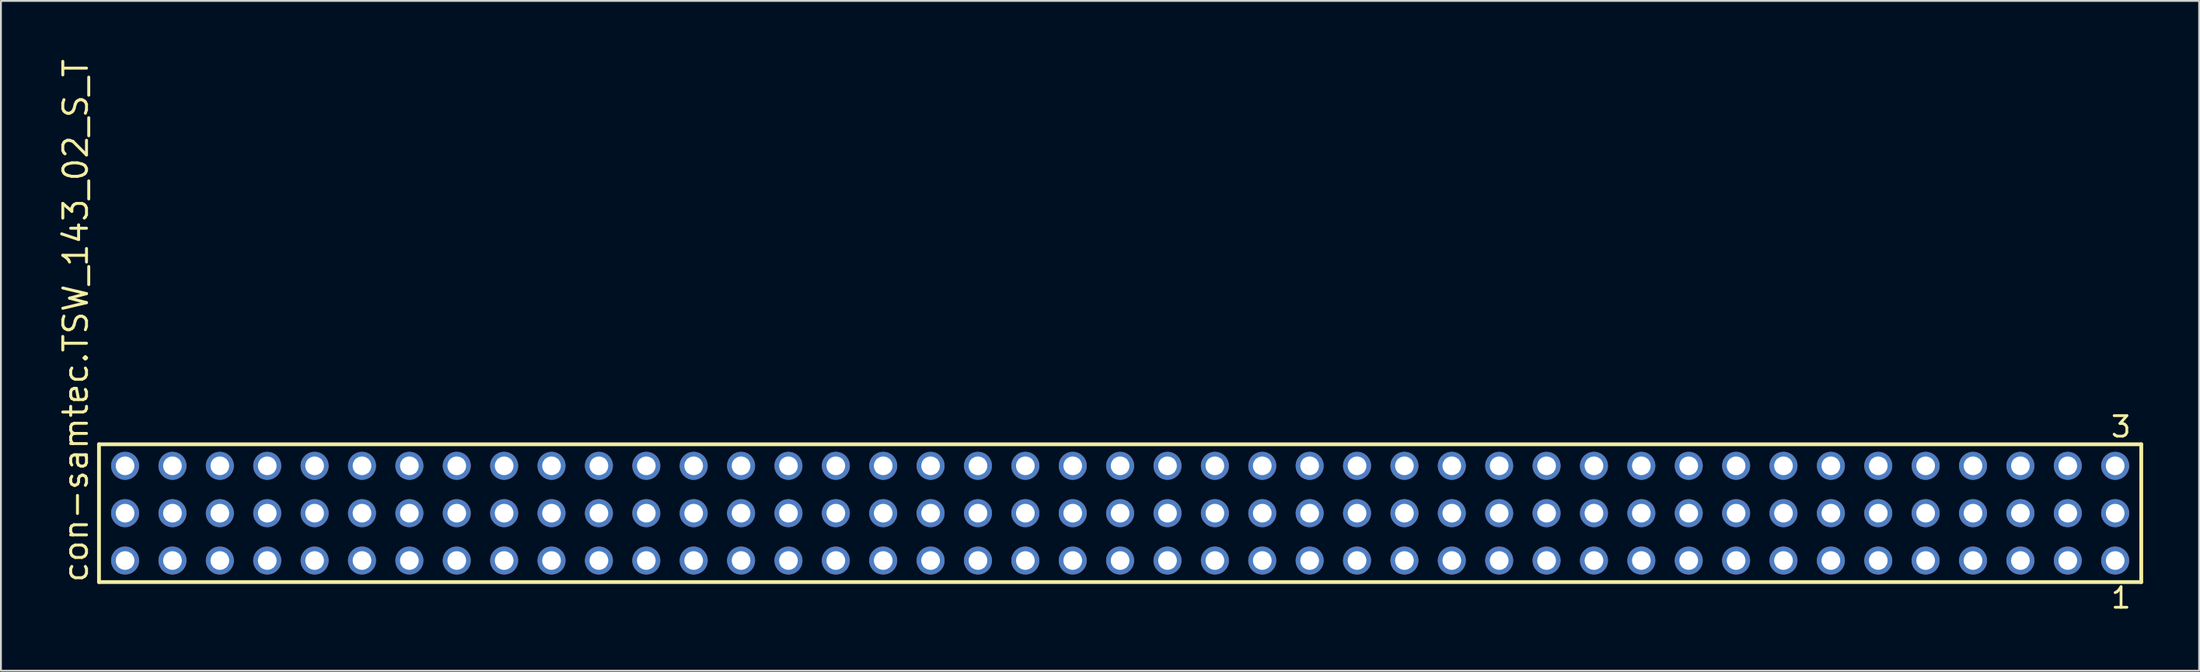
<source format=kicad_pcb>
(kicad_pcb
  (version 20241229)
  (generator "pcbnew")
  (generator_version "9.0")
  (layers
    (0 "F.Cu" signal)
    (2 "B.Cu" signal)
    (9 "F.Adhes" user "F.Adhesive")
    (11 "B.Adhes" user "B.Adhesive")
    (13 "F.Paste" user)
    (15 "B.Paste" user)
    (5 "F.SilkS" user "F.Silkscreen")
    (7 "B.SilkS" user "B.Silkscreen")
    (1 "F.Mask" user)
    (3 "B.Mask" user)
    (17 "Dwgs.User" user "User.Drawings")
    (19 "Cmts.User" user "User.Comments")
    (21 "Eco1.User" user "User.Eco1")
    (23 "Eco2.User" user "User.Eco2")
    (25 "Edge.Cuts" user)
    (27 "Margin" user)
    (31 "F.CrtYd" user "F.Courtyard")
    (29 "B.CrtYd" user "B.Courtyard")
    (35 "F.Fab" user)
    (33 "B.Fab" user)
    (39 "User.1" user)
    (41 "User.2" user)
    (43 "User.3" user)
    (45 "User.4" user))
  (footprint "con-samtec.TSW_143_02_S_T"
    (layer "F.Cu")
    (at 56.995 24.477)
    (property "Reference" "con-samtec.TSW_143_02_S_T" (at -55.245 3.81 90) (layer "F.SilkS") (effects (font (size 1.27 1.27) (thickness 0.16)) (justify left bottom)))
    (attr through_hole)
    (fp_line (start -54.739 -3.695) (end 54.739 -3.695) (stroke (width 0.203) (type default)) (layer "F.SilkS"))
    (fp_line (start -54.739 3.695) (end -54.739 -3.695) (stroke (width 0.203) (type default)) (layer "F.SilkS"))
    (fp_line (start 54.739 -3.695) (end 54.739 3.695) (stroke (width 0.203) (type default)) (layer "F.SilkS"))
    (fp_line (start 54.739 3.695) (end -54.739 3.695) (stroke (width 0.203) (type default)) (layer "F.SilkS"))
    (fp_rect (start -53.69 -2.19) (end -52.99 -2.89) (stroke (width 0.05) (type default)) (fill no) (layer "F.Fab"))
    (fp_rect (start -53.69 0.35) (end -52.99 -0.35) (stroke (width 0.05) (type default)) (fill no) (layer "F.Fab"))
    (fp_rect (start -53.69 2.89) (end -52.99 2.19) (stroke (width 0.05) (type default)) (fill no) (layer "F.Fab"))
    (fp_rect (start -51.15 -2.19) (end -50.45 -2.89) (stroke (width 0.05) (type default)) (fill no) (layer "F.Fab"))
    (fp_rect (start -51.15 0.35) (end -50.45 -0.35) (stroke (width 0.05) (type default)) (fill no) (layer "F.Fab"))
    (fp_rect (start -51.15 2.89) (end -50.45 2.19) (stroke (width 0.05) (type default)) (fill no) (layer "F.Fab"))
    (fp_rect (start -48.61 -2.19) (end -47.91 -2.89) (stroke (width 0.05) (type default)) (fill no) (layer "F.Fab"))
    (fp_rect (start -48.61 0.35) (end -47.91 -0.35) (stroke (width 0.05) (type default)) (fill no) (layer "F.Fab"))
    (fp_rect (start -48.61 2.89) (end -47.91 2.19) (stroke (width 0.05) (type default)) (fill no) (layer "F.Fab"))
    (fp_rect (start -46.07 -2.19) (end -45.37 -2.89) (stroke (width 0.05) (type default)) (fill no) (layer "F.Fab"))
    (fp_rect (start -46.07 0.35) (end -45.37 -0.35) (stroke (width 0.05) (type default)) (fill no) (layer "F.Fab"))
    (fp_rect (start -46.07 2.89) (end -45.37 2.19) (stroke (width 0.05) (type default)) (fill no) (layer "F.Fab"))
    (fp_rect (start -43.53 -2.19) (end -42.83 -2.89) (stroke (width 0.05) (type default)) (fill no) (layer "F.Fab"))
    (fp_rect (start -43.53 0.35) (end -42.83 -0.35) (stroke (width 0.05) (type default)) (fill no) (layer "F.Fab"))
    (fp_rect (start -43.53 2.89) (end -42.83 2.19) (stroke (width 0.05) (type default)) (fill no) (layer "F.Fab"))
    (fp_rect (start -40.99 -2.19) (end -40.29 -2.89) (stroke (width 0.05) (type default)) (fill no) (layer "F.Fab"))
    (fp_rect (start -40.99 0.35) (end -40.29 -0.35) (stroke (width 0.05) (type default)) (fill no) (layer "F.Fab"))
    (fp_rect (start -40.99 2.89) (end -40.29 2.19) (stroke (width 0.05) (type default)) (fill no) (layer "F.Fab"))
    (fp_rect (start -38.45 -2.19) (end -37.75 -2.89) (stroke (width 0.05) (type default)) (fill no) (layer "F.Fab"))
    (fp_rect (start -38.45 0.35) (end -37.75 -0.35) (stroke (width 0.05) (type default)) (fill no) (layer "F.Fab"))
    (fp_rect (start -38.45 2.89) (end -37.75 2.19) (stroke (width 0.05) (type default)) (fill no) (layer "F.Fab"))
    (fp_rect (start -35.91 -2.19) (end -35.21 -2.89) (stroke (width 0.05) (type default)) (fill no) (layer "F.Fab"))
    (fp_rect (start -35.91 0.35) (end -35.21 -0.35) (stroke (width 0.05) (type default)) (fill no) (layer "F.Fab"))
    (fp_rect (start -35.91 2.89) (end -35.21 2.19) (stroke (width 0.05) (type default)) (fill no) (layer "F.Fab"))
    (fp_rect (start -33.37 -2.19) (end -32.67 -2.89) (stroke (width 0.05) (type default)) (fill no) (layer "F.Fab"))
    (fp_rect (start -33.37 0.35) (end -32.67 -0.35) (stroke (width 0.05) (type default)) (fill no) (layer "F.Fab"))
    (fp_rect (start -33.37 2.89) (end -32.67 2.19) (stroke (width 0.05) (type default)) (fill no) (layer "F.Fab"))
    (fp_rect (start -30.83 -2.19) (end -30.13 -2.89) (stroke (width 0.05) (type default)) (fill no) (layer "F.Fab"))
    (fp_rect (start -30.83 0.35) (end -30.13 -0.35) (stroke (width 0.05) (type default)) (fill no) (layer "F.Fab"))
    (fp_rect (start -30.83 2.89) (end -30.13 2.19) (stroke (width 0.05) (type default)) (fill no) (layer "F.Fab"))
    (fp_rect (start -28.29 -2.19) (end -27.59 -2.89) (stroke (width 0.05) (type default)) (fill no) (layer "F.Fab"))
    (fp_rect (start -28.29 0.35) (end -27.59 -0.35) (stroke (width 0.05) (type default)) (fill no) (layer "F.Fab"))
    (fp_rect (start -28.29 2.89) (end -27.59 2.19) (stroke (width 0.05) (type default)) (fill no) (layer "F.Fab"))
    (fp_rect (start -25.75 -2.19) (end -25.05 -2.89) (stroke (width 0.05) (type default)) (fill no) (layer "F.Fab"))
    (fp_rect (start -25.75 0.35) (end -25.05 -0.35) (stroke (width 0.05) (type default)) (fill no) (layer "F.Fab"))
    (fp_rect (start -25.75 2.89) (end -25.05 2.19) (stroke (width 0.05) (type default)) (fill no) (layer "F.Fab"))
    (fp_rect (start -23.21 -2.19) (end -22.51 -2.89) (stroke (width 0.05) (type default)) (fill no) (layer "F.Fab"))
    (fp_rect (start -23.21 0.35) (end -22.51 -0.35) (stroke (width 0.05) (type default)) (fill no) (layer "F.Fab"))
    (fp_rect (start -23.21 2.89) (end -22.51 2.19) (stroke (width 0.05) (type default)) (fill no) (layer "F.Fab"))
    (fp_rect (start -20.67 -2.19) (end -19.97 -2.89) (stroke (width 0.05) (type default)) (fill no) (layer "F.Fab"))
    (fp_rect (start -20.67 0.35) (end -19.97 -0.35) (stroke (width 0.05) (type default)) (fill no) (layer "F.Fab"))
    (fp_rect (start -20.67 2.89) (end -19.97 2.19) (stroke (width 0.05) (type default)) (fill no) (layer "F.Fab"))
    (fp_rect (start -18.13 -2.19) (end -17.43 -2.89) (stroke (width 0.05) (type default)) (fill no) (layer "F.Fab"))
    (fp_rect (start -18.13 0.35) (end -17.43 -0.35) (stroke (width 0.05) (type default)) (fill no) (layer "F.Fab"))
    (fp_rect (start -18.13 2.89) (end -17.43 2.19) (stroke (width 0.05) (type default)) (fill no) (layer "F.Fab"))
    (fp_rect (start -15.59 -2.19) (end -14.89 -2.89) (stroke (width 0.05) (type default)) (fill no) (layer "F.Fab"))
    (fp_rect (start -15.59 0.35) (end -14.89 -0.35) (stroke (width 0.05) (type default)) (fill no) (layer "F.Fab"))
    (fp_rect (start -15.59 2.89) (end -14.89 2.19) (stroke (width 0.05) (type default)) (fill no) (layer "F.Fab"))
    (fp_rect (start -13.05 -2.19) (end -12.35 -2.89) (stroke (width 0.05) (type default)) (fill no) (layer "F.Fab"))
    (fp_rect (start -13.05 0.35) (end -12.35 -0.35) (stroke (width 0.05) (type default)) (fill no) (layer "F.Fab"))
    (fp_rect (start -13.05 2.89) (end -12.35 2.19) (stroke (width 0.05) (type default)) (fill no) (layer "F.Fab"))
    (fp_rect (start -10.51 -2.19) (end -9.81 -2.89) (stroke (width 0.05) (type default)) (fill no) (layer "F.Fab"))
    (fp_rect (start -10.51 0.35) (end -9.81 -0.35) (stroke (width 0.05) (type default)) (fill no) (layer "F.Fab"))
    (fp_rect (start -10.51 2.89) (end -9.81 2.19) (stroke (width 0.05) (type default)) (fill no) (layer "F.Fab"))
    (fp_rect (start -7.97 -2.19) (end -7.27 -2.89) (stroke (width 0.05) (type default)) (fill no) (layer "F.Fab"))
    (fp_rect (start -7.97 0.35) (end -7.27 -0.35) (stroke (width 0.05) (type default)) (fill no) (layer "F.Fab"))
    (fp_rect (start -7.97 2.89) (end -7.27 2.19) (stroke (width 0.05) (type default)) (fill no) (layer "F.Fab"))
    (fp_rect (start -5.43 -2.19) (end -4.73 -2.89) (stroke (width 0.05) (type default)) (fill no) (layer "F.Fab"))
    (fp_rect (start -5.43 0.35) (end -4.73 -0.35) (stroke (width 0.05) (type default)) (fill no) (layer "F.Fab"))
    (fp_rect (start -5.43 2.89) (end -4.73 2.19) (stroke (width 0.05) (type default)) (fill no) (layer "F.Fab"))
    (fp_rect (start -2.89 -2.19) (end -2.19 -2.89) (stroke (width 0.05) (type default)) (fill no) (layer "F.Fab"))
    (fp_rect (start -2.89 0.35) (end -2.19 -0.35) (stroke (width 0.05) (type default)) (fill no) (layer "F.Fab"))
    (fp_rect (start -2.89 2.89) (end -2.19 2.19) (stroke (width 0.05) (type default)) (fill no) (layer "F.Fab"))
    (fp_rect (start -0.35 -2.19) (end 0.35 -2.89) (stroke (width 0.05) (type default)) (fill no) (layer "F.Fab"))
    (fp_rect (start -0.35 0.35) (end 0.35 -0.35) (stroke (width 0.05) (type default)) (fill no) (layer "F.Fab"))
    (fp_rect (start -0.35 2.89) (end 0.35 2.19) (stroke (width 0.05) (type default)) (fill no) (layer "F.Fab"))
    (fp_rect (start 2.19 -2.19) (end 2.89 -2.89) (stroke (width 0.05) (type default)) (fill no) (layer "F.Fab"))
    (fp_rect (start 2.19 0.35) (end 2.89 -0.35) (stroke (width 0.05) (type default)) (fill no) (layer "F.Fab"))
    (fp_rect (start 2.19 2.89) (end 2.89 2.19) (stroke (width 0.05) (type default)) (fill no) (layer "F.Fab"))
    (fp_rect (start 4.73 -2.19) (end 5.43 -2.89) (stroke (width 0.05) (type default)) (fill no) (layer "F.Fab"))
    (fp_rect (start 4.73 0.35) (end 5.43 -0.35) (stroke (width 0.05) (type default)) (fill no) (layer "F.Fab"))
    (fp_rect (start 4.73 2.89) (end 5.43 2.19) (stroke (width 0.05) (type default)) (fill no) (layer "F.Fab"))
    (fp_rect (start 7.27 -2.19) (end 7.97 -2.89) (stroke (width 0.05) (type default)) (fill no) (layer "F.Fab"))
    (fp_rect (start 7.27 0.35) (end 7.97 -0.35) (stroke (width 0.05) (type default)) (fill no) (layer "F.Fab"))
    (fp_rect (start 7.27 2.89) (end 7.97 2.19) (stroke (width 0.05) (type default)) (fill no) (layer "F.Fab"))
    (fp_rect (start 9.81 -2.19) (end 10.51 -2.89) (stroke (width 0.05) (type default)) (fill no) (layer "F.Fab"))
    (fp_rect (start 9.81 0.35) (end 10.51 -0.35) (stroke (width 0.05) (type default)) (fill no) (layer "F.Fab"))
    (fp_rect (start 9.81 2.89) (end 10.51 2.19) (stroke (width 0.05) (type default)) (fill no) (layer "F.Fab"))
    (fp_rect (start 12.35 -2.19) (end 13.05 -2.89) (stroke (width 0.05) (type default)) (fill no) (layer "F.Fab"))
    (fp_rect (start 12.35 0.35) (end 13.05 -0.35) (stroke (width 0.05) (type default)) (fill no) (layer "F.Fab"))
    (fp_rect (start 12.35 2.89) (end 13.05 2.19) (stroke (width 0.05) (type default)) (fill no) (layer "F.Fab"))
    (fp_rect (start 14.89 -2.19) (end 15.59 -2.89) (stroke (width 0.05) (type default)) (fill no) (layer "F.Fab"))
    (fp_rect (start 14.89 0.35) (end 15.59 -0.35) (stroke (width 0.05) (type default)) (fill no) (layer "F.Fab"))
    (fp_rect (start 14.89 2.89) (end 15.59 2.19) (stroke (width 0.05) (type default)) (fill no) (layer "F.Fab"))
    (fp_rect (start 17.43 -2.19) (end 18.13 -2.89) (stroke (width 0.05) (type default)) (fill no) (layer "F.Fab"))
    (fp_rect (start 17.43 0.35) (end 18.13 -0.35) (stroke (width 0.05) (type default)) (fill no) (layer "F.Fab"))
    (fp_rect (start 17.43 2.89) (end 18.13 2.19) (stroke (width 0.05) (type default)) (fill no) (layer "F.Fab"))
    (fp_rect (start 19.97 -2.19) (end 20.67 -2.89) (stroke (width 0.05) (type default)) (fill no) (layer "F.Fab"))
    (fp_rect (start 19.97 0.35) (end 20.67 -0.35) (stroke (width 0.05) (type default)) (fill no) (layer "F.Fab"))
    (fp_rect (start 19.97 2.89) (end 20.67 2.19) (stroke (width 0.05) (type default)) (fill no) (layer "F.Fab"))
    (fp_rect (start 22.51 -2.19) (end 23.21 -2.89) (stroke (width 0.05) (type default)) (fill no) (layer "F.Fab"))
    (fp_rect (start 22.51 0.35) (end 23.21 -0.35) (stroke (width 0.05) (type default)) (fill no) (layer "F.Fab"))
    (fp_rect (start 22.51 2.89) (end 23.21 2.19) (stroke (width 0.05) (type default)) (fill no) (layer "F.Fab"))
    (fp_rect (start 25.05 -2.19) (end 25.75 -2.89) (stroke (width 0.05) (type default)) (fill no) (layer "F.Fab"))
    (fp_rect (start 25.05 0.35) (end 25.75 -0.35) (stroke (width 0.05) (type default)) (fill no) (layer "F.Fab"))
    (fp_rect (start 25.05 2.89) (end 25.75 2.19) (stroke (width 0.05) (type default)) (fill no) (layer "F.Fab"))
    (fp_rect (start 27.59 -2.19) (end 28.29 -2.89) (stroke (width 0.05) (type default)) (fill no) (layer "F.Fab"))
    (fp_rect (start 27.59 0.35) (end 28.29 -0.35) (stroke (width 0.05) (type default)) (fill no) (layer "F.Fab"))
    (fp_rect (start 27.59 2.89) (end 28.29 2.19) (stroke (width 0.05) (type default)) (fill no) (layer "F.Fab"))
    (fp_rect (start 30.13 -2.19) (end 30.83 -2.89) (stroke (width 0.05) (type default)) (fill no) (layer "F.Fab"))
    (fp_rect (start 30.13 0.35) (end 30.83 -0.35) (stroke (width 0.05) (type default)) (fill no) (layer "F.Fab"))
    (fp_rect (start 30.13 2.89) (end 30.83 2.19) (stroke (width 0.05) (type default)) (fill no) (layer "F.Fab"))
    (fp_rect (start 32.67 -2.19) (end 33.37 -2.89) (stroke (width 0.05) (type default)) (fill no) (layer "F.Fab"))
    (fp_rect (start 32.67 0.35) (end 33.37 -0.35) (stroke (width 0.05) (type default)) (fill no) (layer "F.Fab"))
    (fp_rect (start 32.67 2.89) (end 33.37 2.19) (stroke (width 0.05) (type default)) (fill no) (layer "F.Fab"))
    (fp_rect (start 35.21 -2.19) (end 35.91 -2.89) (stroke (width 0.05) (type default)) (fill no) (layer "F.Fab"))
    (fp_rect (start 35.21 0.35) (end 35.91 -0.35) (stroke (width 0.05) (type default)) (fill no) (layer "F.Fab"))
    (fp_rect (start 35.21 2.89) (end 35.91 2.19) (stroke (width 0.05) (type default)) (fill no) (layer "F.Fab"))
    (fp_rect (start 37.75 -2.19) (end 38.45 -2.89) (stroke (width 0.05) (type default)) (fill no) (layer "F.Fab"))
    (fp_rect (start 37.75 0.35) (end 38.45 -0.35) (stroke (width 0.05) (type default)) (fill no) (layer "F.Fab"))
    (fp_rect (start 37.75 2.89) (end 38.45 2.19) (stroke (width 0.05) (type default)) (fill no) (layer "F.Fab"))
    (fp_rect (start 40.29 -2.19) (end 40.99 -2.89) (stroke (width 0.05) (type default)) (fill no) (layer "F.Fab"))
    (fp_rect (start 40.29 0.35) (end 40.99 -0.35) (stroke (width 0.05) (type default)) (fill no) (layer "F.Fab"))
    (fp_rect (start 40.29 2.89) (end 40.99 2.19) (stroke (width 0.05) (type default)) (fill no) (layer "F.Fab"))
    (fp_rect (start 42.83 -2.19) (end 43.53 -2.89) (stroke (width 0.05) (type default)) (fill no) (layer "F.Fab"))
    (fp_rect (start 42.83 0.35) (end 43.53 -0.35) (stroke (width 0.05) (type default)) (fill no) (layer "F.Fab"))
    (fp_rect (start 42.83 2.89) (end 43.53 2.19) (stroke (width 0.05) (type default)) (fill no) (layer "F.Fab"))
    (fp_rect (start 45.37 -2.19) (end 46.07 -2.89) (stroke (width 0.05) (type default)) (fill no) (layer "F.Fab"))
    (fp_rect (start 45.37 0.35) (end 46.07 -0.35) (stroke (width 0.05) (type default)) (fill no) (layer "F.Fab"))
    (fp_rect (start 45.37 2.89) (end 46.07 2.19) (stroke (width 0.05) (type default)) (fill no) (layer "F.Fab"))
    (fp_rect (start 47.91 -2.19) (end 48.61 -2.89) (stroke (width 0.05) (type default)) (fill no) (layer "F.Fab"))
    (fp_rect (start 47.91 0.35) (end 48.61 -0.35) (stroke (width 0.05) (type default)) (fill no) (layer "F.Fab"))
    (fp_rect (start 47.91 2.89) (end 48.61 2.19) (stroke (width 0.05) (type default)) (fill no) (layer "F.Fab"))
    (fp_rect (start 50.45 -2.19) (end 51.15 -2.89) (stroke (width 0.05) (type default)) (fill no) (layer "F.Fab"))
    (fp_rect (start 50.45 0.35) (end 51.15 -0.35) (stroke (width 0.05) (type default)) (fill no) (layer "F.Fab"))
    (fp_rect (start 50.45 2.89) (end 51.15 2.19) (stroke (width 0.05) (type default)) (fill no) (layer "F.Fab"))
    (fp_rect (start 52.99 -2.19) (end 53.69 -2.89) (stroke (width 0.05) (type default)) (fill no) (layer "F.Fab"))
    (fp_rect (start 52.99 0.35) (end 53.69 -0.35) (stroke (width 0.05) (type default)) (fill no) (layer "F.Fab"))
    (fp_rect (start 52.99 2.89) (end 53.69 2.19) (stroke (width 0.05) (type default)) (fill no) (layer "F.Fab"))
    (fp_text user "1" (at 53.032 5.188 0) (layer "F.SilkS") (effects (font (size 1.1 1.1) (thickness 0.15)) (justify left bottom)))
    (fp_text user "3" (at 53.028 -3.989 0) (layer "F.SilkS") (effects (font (size 1.1 1.1) (thickness 0.15)) (justify left bottom)))
    (pad "1" thru_hole circle (at 53.34 2.54 180) (size 1.5 1.5) (drill 1) (layers "*.Cu" "*.Mask"))
    (pad "2" thru_hole circle (at 53.34 0 180) (size 1.5 1.5) (drill 1) (layers "*.Cu" "*.Mask"))
    (pad "3" thru_hole circle (at 53.34 -2.54 180) (size 1.5 1.5) (drill 1) (layers "*.Cu" "*.Mask"))
    (pad "4" thru_hole circle (at 50.8 2.54 180) (size 1.5 1.5) (drill 1) (layers "*.Cu" "*.Mask"))
    (pad "5" thru_hole circle (at 50.8 0 180) (size 1.5 1.5) (drill 1) (layers "*.Cu" "*.Mask"))
    (pad "6" thru_hole circle (at 50.8 -2.54 180) (size 1.5 1.5) (drill 1) (layers "*.Cu" "*.Mask"))
    (pad "7" thru_hole circle (at 48.26 2.54 180) (size 1.5 1.5) (drill 1) (layers "*.Cu" "*.Mask"))
    (pad "8" thru_hole circle (at 48.26 0 180) (size 1.5 1.5) (drill 1) (layers "*.Cu" "*.Mask"))
    (pad "9" thru_hole circle (at 48.26 -2.54 180) (size 1.5 1.5) (drill 1) (layers "*.Cu" "*.Mask"))
    (pad "10" thru_hole circle (at 45.72 2.54 180) (size 1.5 1.5) (drill 1) (layers "*.Cu" "*.Mask"))
    (pad "11" thru_hole circle (at 45.72 0 180) (size 1.5 1.5) (drill 1) (layers "*.Cu" "*.Mask"))
    (pad "12" thru_hole circle (at 45.72 -2.54 180) (size 1.5 1.5) (drill 1) (layers "*.Cu" "*.Mask"))
    (pad "13" thru_hole circle (at 43.18 2.54 180) (size 1.5 1.5) (drill 1) (layers "*.Cu" "*.Mask"))
    (pad "14" thru_hole circle (at 43.18 0 180) (size 1.5 1.5) (drill 1) (layers "*.Cu" "*.Mask"))
    (pad "15" thru_hole circle (at 43.18 -2.54 180) (size 1.5 1.5) (drill 1) (layers "*.Cu" "*.Mask"))
    (pad "16" thru_hole circle (at 40.64 2.54 180) (size 1.5 1.5) (drill 1) (layers "*.Cu" "*.Mask"))
    (pad "17" thru_hole circle (at 40.64 0 180) (size 1.5 1.5) (drill 1) (layers "*.Cu" "*.Mask"))
    (pad "18" thru_hole circle (at 40.64 -2.54 180) (size 1.5 1.5) (drill 1) (layers "*.Cu" "*.Mask"))
    (pad "19" thru_hole circle (at 38.1 2.54 180) (size 1.5 1.5) (drill 1) (layers "*.Cu" "*.Mask"))
    (pad "20" thru_hole circle (at 38.1 0 180) (size 1.5 1.5) (drill 1) (layers "*.Cu" "*.Mask"))
    (pad "21" thru_hole circle (at 38.1 -2.54 180) (size 1.5 1.5) (drill 1) (layers "*.Cu" "*.Mask"))
    (pad "22" thru_hole circle (at 35.56 2.54 180) (size 1.5 1.5) (drill 1) (layers "*.Cu" "*.Mask"))
    (pad "23" thru_hole circle (at 35.56 0 180) (size 1.5 1.5) (drill 1) (layers "*.Cu" "*.Mask"))
    (pad "24" thru_hole circle (at 35.56 -2.54 180) (size 1.5 1.5) (drill 1) (layers "*.Cu" "*.Mask"))
    (pad "25" thru_hole circle (at 33.02 2.54 180) (size 1.5 1.5) (drill 1) (layers "*.Cu" "*.Mask"))
    (pad "26" thru_hole circle (at 33.02 0 180) (size 1.5 1.5) (drill 1) (layers "*.Cu" "*.Mask"))
    (pad "27" thru_hole circle (at 33.02 -2.54 180) (size 1.5 1.5) (drill 1) (layers "*.Cu" "*.Mask"))
    (pad "28" thru_hole circle (at 30.48 2.54 180) (size 1.5 1.5) (drill 1) (layers "*.Cu" "*.Mask"))
    (pad "29" thru_hole circle (at 30.48 0 180) (size 1.5 1.5) (drill 1) (layers "*.Cu" "*.Mask"))
    (pad "30" thru_hole circle (at 30.48 -2.54 180) (size 1.5 1.5) (drill 1) (layers "*.Cu" "*.Mask"))
    (pad "31" thru_hole circle (at 27.94 2.54 180) (size 1.5 1.5) (drill 1) (layers "*.Cu" "*.Mask"))
    (pad "32" thru_hole circle (at 27.94 0 180) (size 1.5 1.5) (drill 1) (layers "*.Cu" "*.Mask"))
    (pad "33" thru_hole circle (at 27.94 -2.54 180) (size 1.5 1.5) (drill 1) (layers "*.Cu" "*.Mask"))
    (pad "34" thru_hole circle (at 25.4 2.54 180) (size 1.5 1.5) (drill 1) (layers "*.Cu" "*.Mask"))
    (pad "35" thru_hole circle (at 25.4 0 180) (size 1.5 1.5) (drill 1) (layers "*.Cu" "*.Mask"))
    (pad "36" thru_hole circle (at 25.4 -2.54 180) (size 1.5 1.5) (drill 1) (layers "*.Cu" "*.Mask"))
    (pad "37" thru_hole circle (at 22.86 2.54 180) (size 1.5 1.5) (drill 1) (layers "*.Cu" "*.Mask"))
    (pad "38" thru_hole circle (at 22.86 0 180) (size 1.5 1.5) (drill 1) (layers "*.Cu" "*.Mask"))
    (pad "39" thru_hole circle (at 22.86 -2.54 180) (size 1.5 1.5) (drill 1) (layers "*.Cu" "*.Mask"))
    (pad "40" thru_hole circle (at 20.32 2.54 180) (size 1.5 1.5) (drill 1) (layers "*.Cu" "*.Mask"))
    (pad "41" thru_hole circle (at 20.32 0 180) (size 1.5 1.5) (drill 1) (layers "*.Cu" "*.Mask"))
    (pad "42" thru_hole circle (at 20.32 -2.54 180) (size 1.5 1.5) (drill 1) (layers "*.Cu" "*.Mask"))
    (pad "43" thru_hole circle (at 17.78 2.54 180) (size 1.5 1.5) (drill 1) (layers "*.Cu" "*.Mask"))
    (pad "44" thru_hole circle (at 17.78 0 180) (size 1.5 1.5) (drill 1) (layers "*.Cu" "*.Mask"))
    (pad "45" thru_hole circle (at 17.78 -2.54 180) (size 1.5 1.5) (drill 1) (layers "*.Cu" "*.Mask"))
    (pad "46" thru_hole circle (at 15.24 2.54 180) (size 1.5 1.5) (drill 1) (layers "*.Cu" "*.Mask"))
    (pad "47" thru_hole circle (at 15.24 0 180) (size 1.5 1.5) (drill 1) (layers "*.Cu" "*.Mask"))
    (pad "48" thru_hole circle (at 15.24 -2.54 180) (size 1.5 1.5) (drill 1) (layers "*.Cu" "*.Mask"))
    (pad "49" thru_hole circle (at 12.7 2.54 180) (size 1.5 1.5) (drill 1) (layers "*.Cu" "*.Mask"))
    (pad "50" thru_hole circle (at 12.7 0 180) (size 1.5 1.5) (drill 1) (layers "*.Cu" "*.Mask"))
    (pad "51" thru_hole circle (at 12.7 -2.54 180) (size 1.5 1.5) (drill 1) (layers "*.Cu" "*.Mask"))
    (pad "52" thru_hole circle (at 10.16 2.54 180) (size 1.5 1.5) (drill 1) (layers "*.Cu" "*.Mask"))
    (pad "53" thru_hole circle (at 10.16 0 180) (size 1.5 1.5) (drill 1) (layers "*.Cu" "*.Mask"))
    (pad "54" thru_hole circle (at 10.16 -2.54 180) (size 1.5 1.5) (drill 1) (layers "*.Cu" "*.Mask"))
    (pad "55" thru_hole circle (at 7.62 2.54 180) (size 1.5 1.5) (drill 1) (layers "*.Cu" "*.Mask"))
    (pad "56" thru_hole circle (at 7.62 0 180) (size 1.5 1.5) (drill 1) (layers "*.Cu" "*.Mask"))
    (pad "57" thru_hole circle (at 7.62 -2.54 180) (size 1.5 1.5) (drill 1) (layers "*.Cu" "*.Mask"))
    (pad "58" thru_hole circle (at 5.08 2.54 180) (size 1.5 1.5) (drill 1) (layers "*.Cu" "*.Mask"))
    (pad "59" thru_hole circle (at 5.08 0 180) (size 1.5 1.5) (drill 1) (layers "*.Cu" "*.Mask"))
    (pad "60" thru_hole circle (at 5.08 -2.54 180) (size 1.5 1.5) (drill 1) (layers "*.Cu" "*.Mask"))
    (pad "61" thru_hole circle (at 2.54 2.54 180) (size 1.5 1.5) (drill 1) (layers "*.Cu" "*.Mask"))
    (pad "62" thru_hole circle (at 2.54 0 180) (size 1.5 1.5) (drill 1) (layers "*.Cu" "*.Mask"))
    (pad "63" thru_hole circle (at 2.54 -2.54 180) (size 1.5 1.5) (drill 1) (layers "*.Cu" "*.Mask"))
    (pad "64" thru_hole circle (at 0 2.54 180) (size 1.5 1.5) (drill 1) (layers "*.Cu" "*.Mask"))
    (pad "65" thru_hole circle (at 0 0 180) (size 1.5 1.5) (drill 1) (layers "*.Cu" "*.Mask"))
    (pad "66" thru_hole circle (at 0 -2.54 180) (size 1.5 1.5) (drill 1) (layers "*.Cu" "*.Mask"))
    (pad "67" thru_hole circle (at -2.54 2.54 180) (size 1.5 1.5) (drill 1) (layers "*.Cu" "*.Mask"))
    (pad "68" thru_hole circle (at -2.54 0 180) (size 1.5 1.5) (drill 1) (layers "*.Cu" "*.Mask"))
    (pad "69" thru_hole circle (at -2.54 -2.54 180) (size 1.5 1.5) (drill 1) (layers "*.Cu" "*.Mask"))
    (pad "70" thru_hole circle (at -5.08 2.54 180) (size 1.5 1.5) (drill 1) (layers "*.Cu" "*.Mask"))
    (pad "71" thru_hole circle (at -5.08 0 180) (size 1.5 1.5) (drill 1) (layers "*.Cu" "*.Mask"))
    (pad "72" thru_hole circle (at -5.08 -2.54 180) (size 1.5 1.5) (drill 1) (layers "*.Cu" "*.Mask"))
    (pad "73" thru_hole circle (at -7.62 2.54 180) (size 1.5 1.5) (drill 1) (layers "*.Cu" "*.Mask"))
    (pad "74" thru_hole circle (at -7.62 0 180) (size 1.5 1.5) (drill 1) (layers "*.Cu" "*.Mask"))
    (pad "75" thru_hole circle (at -7.62 -2.54 180) (size 1.5 1.5) (drill 1) (layers "*.Cu" "*.Mask"))
    (pad "76" thru_hole circle (at -10.16 2.54 180) (size 1.5 1.5) (drill 1) (layers "*.Cu" "*.Mask"))
    (pad "77" thru_hole circle (at -10.16 0 180) (size 1.5 1.5) (drill 1) (layers "*.Cu" "*.Mask"))
    (pad "78" thru_hole circle (at -10.16 -2.54 180) (size 1.5 1.5) (drill 1) (layers "*.Cu" "*.Mask"))
    (pad "79" thru_hole circle (at -12.7 2.54 180) (size 1.5 1.5) (drill 1) (layers "*.Cu" "*.Mask"))
    (pad "80" thru_hole circle (at -12.7 0 180) (size 1.5 1.5) (drill 1) (layers "*.Cu" "*.Mask"))
    (pad "81" thru_hole circle (at -12.7 -2.54 180) (size 1.5 1.5) (drill 1) (layers "*.Cu" "*.Mask"))
    (pad "82" thru_hole circle (at -15.24 2.54 180) (size 1.5 1.5) (drill 1) (layers "*.Cu" "*.Mask"))
    (pad "83" thru_hole circle (at -15.24 0 180) (size 1.5 1.5) (drill 1) (layers "*.Cu" "*.Mask"))
    (pad "84" thru_hole circle (at -15.24 -2.54 180) (size 1.5 1.5) (drill 1) (layers "*.Cu" "*.Mask"))
    (pad "85" thru_hole circle (at -17.78 2.54 180) (size 1.5 1.5) (drill 1) (layers "*.Cu" "*.Mask"))
    (pad "86" thru_hole circle (at -17.78 0 180) (size 1.5 1.5) (drill 1) (layers "*.Cu" "*.Mask"))
    (pad "87" thru_hole circle (at -17.78 -2.54 180) (size 1.5 1.5) (drill 1) (layers "*.Cu" "*.Mask"))
    (pad "88" thru_hole circle (at -20.32 2.54 180) (size 1.5 1.5) (drill 1) (layers "*.Cu" "*.Mask"))
    (pad "89" thru_hole circle (at -20.32 0 180) (size 1.5 1.5) (drill 1) (layers "*.Cu" "*.Mask"))
    (pad "90" thru_hole circle (at -20.32 -2.54 180) (size 1.5 1.5) (drill 1) (layers "*.Cu" "*.Mask"))
    (pad "91" thru_hole circle (at -22.86 2.54 180) (size 1.5 1.5) (drill 1) (layers "*.Cu" "*.Mask"))
    (pad "92" thru_hole circle (at -22.86 0 180) (size 1.5 1.5) (drill 1) (layers "*.Cu" "*.Mask"))
    (pad "93" thru_hole circle (at -22.86 -2.54 180) (size 1.5 1.5) (drill 1) (layers "*.Cu" "*.Mask"))
    (pad "94" thru_hole circle (at -25.4 2.54 180) (size 1.5 1.5) (drill 1) (layers "*.Cu" "*.Mask"))
    (pad "95" thru_hole circle (at -25.4 0 180) (size 1.5 1.5) (drill 1) (layers "*.Cu" "*.Mask"))
    (pad "96" thru_hole circle (at -25.4 -2.54 180) (size 1.5 1.5) (drill 1) (layers "*.Cu" "*.Mask"))
    (pad "97" thru_hole circle (at -27.94 2.54 180) (size 1.5 1.5) (drill 1) (layers "*.Cu" "*.Mask"))
    (pad "98" thru_hole circle (at -27.94 0 180) (size 1.5 1.5) (drill 1) (layers "*.Cu" "*.Mask"))
    (pad "99" thru_hole circle (at -27.94 -2.54 180) (size 1.5 1.5) (drill 1) (layers "*.Cu" "*.Mask"))
    (pad "100" thru_hole circle (at -30.48 2.54 180) (size 1.5 1.5) (drill 1) (layers "*.Cu" "*.Mask"))
    (pad "101" thru_hole circle (at -30.48 0 180) (size 1.5 1.5) (drill 1) (layers "*.Cu" "*.Mask"))
    (pad "102" thru_hole circle (at -30.48 -2.54 180) (size 1.5 1.5) (drill 1) (layers "*.Cu" "*.Mask"))
    (pad "103" thru_hole circle (at -33.02 2.54 180) (size 1.5 1.5) (drill 1) (layers "*.Cu" "*.Mask"))
    (pad "104" thru_hole circle (at -33.02 0 180) (size 1.5 1.5) (drill 1) (layers "*.Cu" "*.Mask"))
    (pad "105" thru_hole circle (at -33.02 -2.54 180) (size 1.5 1.5) (drill 1) (layers "*.Cu" "*.Mask"))
    (pad "106" thru_hole circle (at -35.56 2.54 180) (size 1.5 1.5) (drill 1) (layers "*.Cu" "*.Mask"))
    (pad "107" thru_hole circle (at -35.56 0 180) (size 1.5 1.5) (drill 1) (layers "*.Cu" "*.Mask"))
    (pad "108" thru_hole circle (at -35.56 -2.54 180) (size 1.5 1.5) (drill 1) (layers "*.Cu" "*.Mask"))
    (pad "109" thru_hole circle (at -38.1 2.54 180) (size 1.5 1.5) (drill 1) (layers "*.Cu" "*.Mask"))
    (pad "110" thru_hole circle (at -38.1 0 180) (size 1.5 1.5) (drill 1) (layers "*.Cu" "*.Mask"))
    (pad "111" thru_hole circle (at -38.1 -2.54 180) (size 1.5 1.5) (drill 1) (layers "*.Cu" "*.Mask"))
    (pad "112" thru_hole circle (at -40.64 2.54 180) (size 1.5 1.5) (drill 1) (layers "*.Cu" "*.Mask"))
    (pad "113" thru_hole circle (at -40.64 0 180) (size 1.5 1.5) (drill 1) (layers "*.Cu" "*.Mask"))
    (pad "114" thru_hole circle (at -40.64 -2.54 180) (size 1.5 1.5) (drill 1) (layers "*.Cu" "*.Mask"))
    (pad "115" thru_hole circle (at -43.18 2.54 180) (size 1.5 1.5) (drill 1) (layers "*.Cu" "*.Mask"))
    (pad "116" thru_hole circle (at -43.18 0 180) (size 1.5 1.5) (drill 1) (layers "*.Cu" "*.Mask"))
    (pad "117" thru_hole circle (at -43.18 -2.54 180) (size 1.5 1.5) (drill 1) (layers "*.Cu" "*.Mask"))
    (pad "118" thru_hole circle (at -45.72 2.54 180) (size 1.5 1.5) (drill 1) (layers "*.Cu" "*.Mask"))
    (pad "119" thru_hole circle (at -45.72 0 180) (size 1.5 1.5) (drill 1) (layers "*.Cu" "*.Mask"))
    (pad "120" thru_hole circle (at -45.72 -2.54 180) (size 1.5 1.5) (drill 1) (layers "*.Cu" "*.Mask"))
    (pad "121" thru_hole circle (at -48.26 2.54 180) (size 1.5 1.5) (drill 1) (layers "*.Cu" "*.Mask"))
    (pad "122" thru_hole circle (at -48.26 0 180) (size 1.5 1.5) (drill 1) (layers "*.Cu" "*.Mask"))
    (pad "123" thru_hole circle (at -48.26 -2.54 180) (size 1.5 1.5) (drill 1) (layers "*.Cu" "*.Mask"))
    (pad "124" thru_hole circle (at -50.8 2.54 180) (size 1.5 1.5) (drill 1) (layers "*.Cu" "*.Mask"))
    (pad "125" thru_hole circle (at -50.8 0 180) (size 1.5 1.5) (drill 1) (layers "*.Cu" "*.Mask"))
    (pad "126" thru_hole circle (at -50.8 -2.54 180) (size 1.5 1.5) (drill 1) (layers "*.Cu" "*.Mask"))
    (pad "127" thru_hole circle (at -53.34 2.54 180) (size 1.5 1.5) (drill 1) (layers "*.Cu" "*.Mask"))
    (pad "128" thru_hole circle (at -53.34 0 180) (size 1.5 1.5) (drill 1) (layers "*.Cu" "*.Mask"))
    (pad "129" thru_hole circle (at -53.34 -2.54 180) (size 1.5 1.5) (drill 1) (layers "*.Cu" "*.Mask")))
  (gr_rect
    (start -3 -3)
    (end 114.836 32.928)
    (stroke (width 0.1) (type default))
    (fill no)
    (layer "Edge.Cuts")))
</source>
